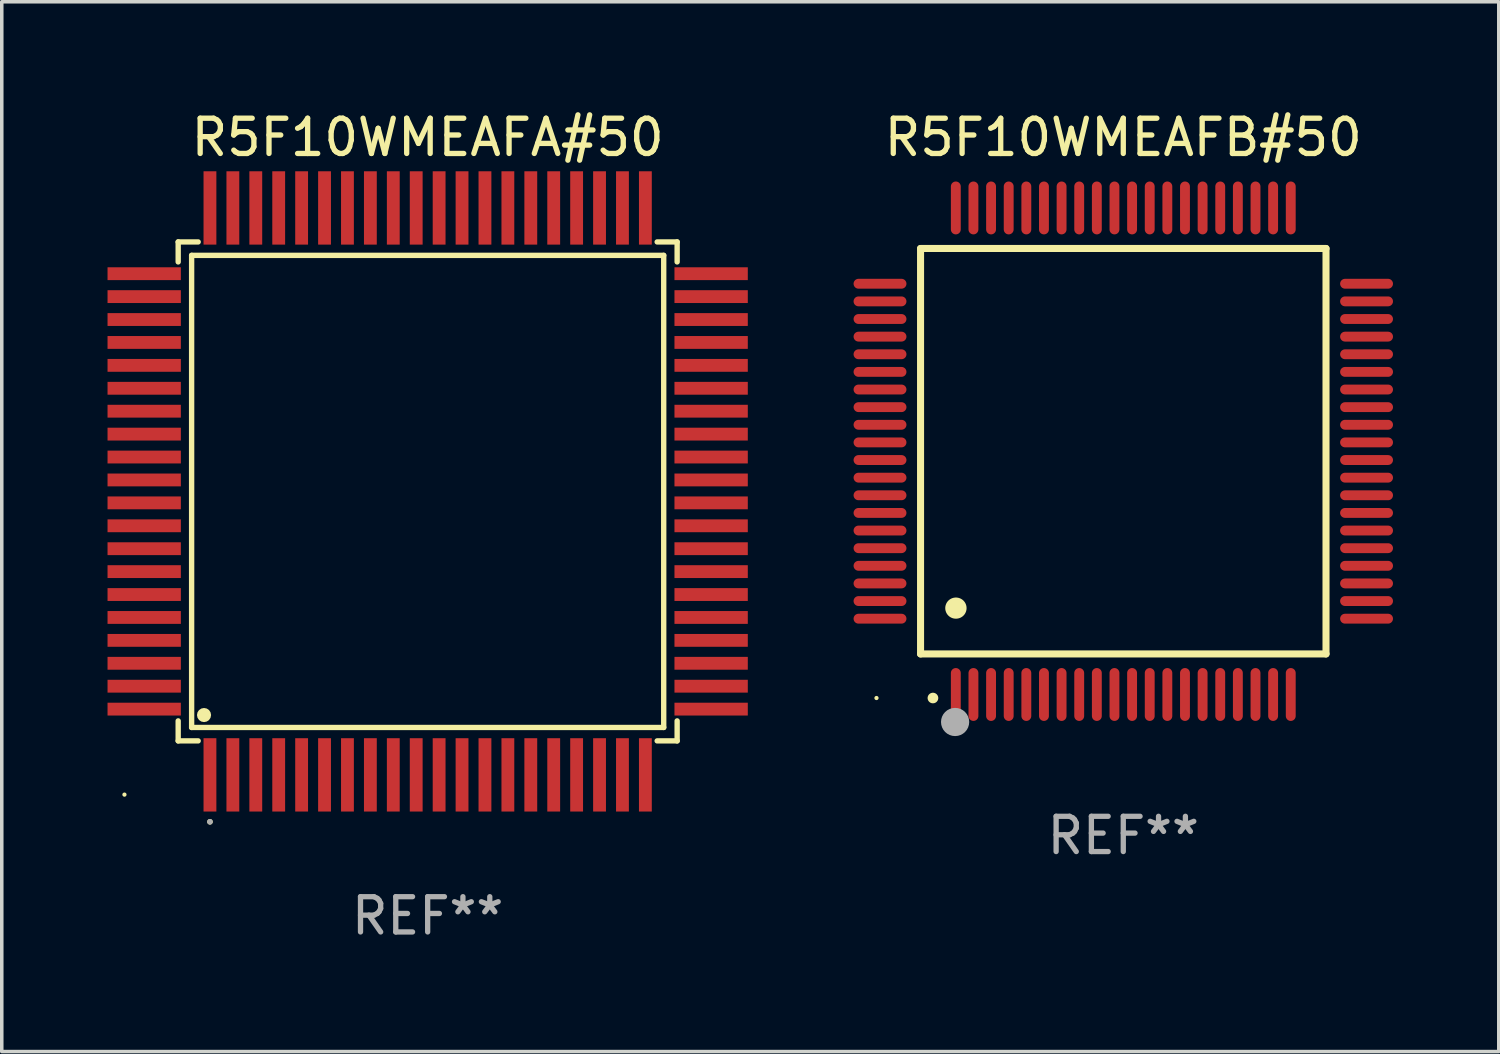
<source format=kicad_pcb>
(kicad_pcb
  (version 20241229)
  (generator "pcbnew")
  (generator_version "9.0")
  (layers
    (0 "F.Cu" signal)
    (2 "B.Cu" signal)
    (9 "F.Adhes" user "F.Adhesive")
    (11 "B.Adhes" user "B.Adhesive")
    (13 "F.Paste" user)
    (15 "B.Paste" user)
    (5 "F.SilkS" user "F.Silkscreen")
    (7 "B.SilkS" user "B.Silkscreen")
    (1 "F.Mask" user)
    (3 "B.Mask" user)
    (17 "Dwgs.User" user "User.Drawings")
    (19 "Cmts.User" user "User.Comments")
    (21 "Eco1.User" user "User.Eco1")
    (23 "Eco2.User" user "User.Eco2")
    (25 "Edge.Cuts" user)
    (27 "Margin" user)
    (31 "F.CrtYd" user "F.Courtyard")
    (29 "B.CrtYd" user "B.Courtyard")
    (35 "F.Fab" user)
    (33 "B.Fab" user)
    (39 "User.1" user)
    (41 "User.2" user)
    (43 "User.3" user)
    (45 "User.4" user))
  (footprint "R5F10WMEAFA#50"
    (layer "F.Cu")
    (at 9.08 10.888)
    (property "Reference" "R5F10WMEAFA#50" (at 0 -10.04 0) (layer "F.SilkS") (effects (font (size 1 1) (thickness 0.15))))
    (attr through_hole)
    (fp_line (start -7.076 -7.076) (end -7.076 -6.509) (stroke (width 0.152) (type solid)) (layer "F.SilkS"))
    (fp_line (start -7.076 7.076) (end -7.076 6.509) (stroke (width 0.152) (type solid)) (layer "F.SilkS"))
    (fp_line (start -6.695 -6.695) (end 6.695 -6.695) (stroke (width 0.152) (type solid)) (layer "F.SilkS"))
    (fp_line (start -6.695 6.695) (end -6.695 -6.695) (stroke (width 0.152) (type solid)) (layer "F.SilkS"))
    (fp_line (start -6.509 -7.076) (end -7.076 -7.076) (stroke (width 0.152) (type solid)) (layer "F.SilkS"))
    (fp_line (start -6.509 7.076) (end -7.076 7.076) (stroke (width 0.152) (type solid)) (layer "F.SilkS"))
    (fp_line (start 6.509 -7.076) (end 7.076 -7.076) (stroke (width 0.152) (type solid)) (layer "F.SilkS"))
    (fp_line (start 6.509 7.076) (end 7.076 7.076) (stroke (width 0.152) (type solid)) (layer "F.SilkS"))
    (fp_line (start 6.695 -6.695) (end 6.695 6.695) (stroke (width 0.152) (type solid)) (layer "F.SilkS"))
    (fp_line (start 6.695 6.695) (end -6.695 6.695) (stroke (width 0.152) (type solid)) (layer "F.SilkS"))
    (fp_line (start 7.076 -7.076) (end 7.076 -6.509) (stroke (width 0.152) (type solid)) (layer "F.SilkS"))
    (fp_line (start 7.076 7.076) (end 7.076 6.509) (stroke (width 0.152) (type solid)) (layer "F.SilkS"))
    (fp_circle (center -8.6 8.6) (end -8.57 8.6) (stroke (width 0.06) (type solid)) (fill no) (layer "F.SilkS"))
    (fp_circle (center -6.343 6.343) (end -6.243 6.343) (stroke (width 0.2) (type solid)) (fill no) (layer "F.SilkS"))
    (fp_circle (center -6.175 9.371) (end -6.135 9.371) (stroke (width 0.08) (type solid)) (fill no) (layer "F.SilkS"))
    (fp_circle (center -6.175 9.371) (end -6.135 9.371) (stroke (width 0.08) (type solid)) (fill no) (layer "F.Fab"))
    (fp_text user "REF**" (at 0 12.04 0) (layer "F.Fab") (effects (font (size 1 1) (thickness 0.15))))
    (pad "1" smd rect (at -6.175 8.04) (size 0.364 2.08) (layers "F.Cu" "F.Mask" "F.Paste"))
    (pad "2" smd rect (at -5.525 8.04) (size 0.364 2.08) (layers "F.Cu" "F.Mask" "F.Paste"))
    (pad "3" smd rect (at -4.875 8.04) (size 0.364 2.08) (layers "F.Cu" "F.Mask" "F.Paste"))
    (pad "4" smd rect (at -4.225 8.04) (size 0.364 2.08) (layers "F.Cu" "F.Mask" "F.Paste"))
    (pad "5" smd rect (at -3.575 8.04) (size 0.364 2.08) (layers "F.Cu" "F.Mask" "F.Paste"))
    (pad "6" smd rect (at -2.925 8.04) (size 0.364 2.08) (layers "F.Cu" "F.Mask" "F.Paste"))
    (pad "7" smd rect (at -2.275 8.04) (size 0.364 2.08) (layers "F.Cu" "F.Mask" "F.Paste"))
    (pad "8" smd rect (at -1.625 8.04) (size 0.364 2.08) (layers "F.Cu" "F.Mask" "F.Paste"))
    (pad "9" smd rect (at -0.975 8.04) (size 0.364 2.08) (layers "F.Cu" "F.Mask" "F.Paste"))
    (pad "10" smd rect (at -0.325 8.04) (size 0.364 2.08) (layers "F.Cu" "F.Mask" "F.Paste"))
    (pad "11" smd rect (at 0.325 8.04) (size 0.364 2.08) (layers "F.Cu" "F.Mask" "F.Paste"))
    (pad "12" smd rect (at 0.975 8.04) (size 0.364 2.08) (layers "F.Cu" "F.Mask" "F.Paste"))
    (pad "13" smd rect (at 1.625 8.04) (size 0.364 2.08) (layers "F.Cu" "F.Mask" "F.Paste"))
    (pad "14" smd rect (at 2.275 8.04) (size 0.364 2.08) (layers "F.Cu" "F.Mask" "F.Paste"))
    (pad "15" smd rect (at 2.925 8.04) (size 0.364 2.08) (layers "F.Cu" "F.Mask" "F.Paste"))
    (pad "16" smd rect (at 3.575 8.04) (size 0.364 2.08) (layers "F.Cu" "F.Mask" "F.Paste"))
    (pad "17" smd rect (at 4.225 8.04) (size 0.364 2.08) (layers "F.Cu" "F.Mask" "F.Paste"))
    (pad "18" smd rect (at 4.875 8.04) (size 0.364 2.08) (layers "F.Cu" "F.Mask" "F.Paste"))
    (pad "19" smd rect (at 5.525 8.04) (size 0.364 2.08) (layers "F.Cu" "F.Mask" "F.Paste"))
    (pad "20" smd rect (at 6.175 8.04) (size 0.364 2.08) (layers "F.Cu" "F.Mask" "F.Paste"))
    (pad "21" smd rect (at 8.04 6.175) (size 2.08 0.364) (layers "F.Cu" "F.Mask" "F.Paste"))
    (pad "22" smd rect (at 8.04 5.525) (size 2.08 0.364) (layers "F.Cu" "F.Mask" "F.Paste"))
    (pad "23" smd rect (at 8.04 4.875) (size 2.08 0.364) (layers "F.Cu" "F.Mask" "F.Paste"))
    (pad "24" smd rect (at 8.04 4.225) (size 2.08 0.364) (layers "F.Cu" "F.Mask" "F.Paste"))
    (pad "25" smd rect (at 8.04 3.575) (size 2.08 0.364) (layers "F.Cu" "F.Mask" "F.Paste"))
    (pad "26" smd rect (at 8.04 2.925) (size 2.08 0.364) (layers "F.Cu" "F.Mask" "F.Paste"))
    (pad "27" smd rect (at 8.04 2.275) (size 2.08 0.364) (layers "F.Cu" "F.Mask" "F.Paste"))
    (pad "28" smd rect (at 8.04 1.625) (size 2.08 0.364) (layers "F.Cu" "F.Mask" "F.Paste"))
    (pad "29" smd rect (at 8.04 0.975) (size 2.08 0.364) (layers "F.Cu" "F.Mask" "F.Paste"))
    (pad "30" smd rect (at 8.04 0.325) (size 2.08 0.364) (layers "F.Cu" "F.Mask" "F.Paste"))
    (pad "31" smd rect (at 8.04 -0.325) (size 2.08 0.364) (layers "F.Cu" "F.Mask" "F.Paste"))
    (pad "32" smd rect (at 8.04 -0.975) (size 2.08 0.364) (layers "F.Cu" "F.Mask" "F.Paste"))
    (pad "33" smd rect (at 8.04 -1.625) (size 2.08 0.364) (layers "F.Cu" "F.Mask" "F.Paste"))
    (pad "34" smd rect (at 8.04 -2.275) (size 2.08 0.364) (layers "F.Cu" "F.Mask" "F.Paste"))
    (pad "35" smd rect (at 8.04 -2.925) (size 2.08 0.364) (layers "F.Cu" "F.Mask" "F.Paste"))
    (pad "36" smd rect (at 8.04 -3.575) (size 2.08 0.364) (layers "F.Cu" "F.Mask" "F.Paste"))
    (pad "37" smd rect (at 8.04 -4.225) (size 2.08 0.364) (layers "F.Cu" "F.Mask" "F.Paste"))
    (pad "38" smd rect (at 8.04 -4.875) (size 2.08 0.364) (layers "F.Cu" "F.Mask" "F.Paste"))
    (pad "39" smd rect (at 8.04 -5.525) (size 2.08 0.364) (layers "F.Cu" "F.Mask" "F.Paste"))
    (pad "40" smd rect (at 8.04 -6.175) (size 2.08 0.364) (layers "F.Cu" "F.Mask" "F.Paste"))
    (pad "41" smd rect (at 6.175 -8.04) (size 0.364 2.08) (layers "F.Cu" "F.Mask" "F.Paste"))
    (pad "42" smd rect (at 5.525 -8.04) (size 0.364 2.08) (layers "F.Cu" "F.Mask" "F.Paste"))
    (pad "43" smd rect (at 4.875 -8.04) (size 0.364 2.08) (layers "F.Cu" "F.Mask" "F.Paste"))
    (pad "44" smd rect (at 4.225 -8.04) (size 0.364 2.08) (layers "F.Cu" "F.Mask" "F.Paste"))
    (pad "45" smd rect (at 3.575 -8.04) (size 0.364 2.08) (layers "F.Cu" "F.Mask" "F.Paste"))
    (pad "46" smd rect (at 2.925 -8.04) (size 0.364 2.08) (layers "F.Cu" "F.Mask" "F.Paste"))
    (pad "47" smd rect (at 2.275 -8.04) (size 0.364 2.08) (layers "F.Cu" "F.Mask" "F.Paste"))
    (pad "48" smd rect (at 1.625 -8.04) (size 0.364 2.08) (layers "F.Cu" "F.Mask" "F.Paste"))
    (pad "49" smd rect (at 0.975 -8.04) (size 0.364 2.08) (layers "F.Cu" "F.Mask" "F.Paste"))
    (pad "50" smd rect (at 0.325 -8.04) (size 0.364 2.08) (layers "F.Cu" "F.Mask" "F.Paste"))
    (pad "51" smd rect (at -0.325 -8.04) (size 0.364 2.08) (layers "F.Cu" "F.Mask" "F.Paste"))
    (pad "52" smd rect (at -0.975 -8.04) (size 0.364 2.08) (layers "F.Cu" "F.Mask" "F.Paste"))
    (pad "53" smd rect (at -1.625 -8.04) (size 0.364 2.08) (layers "F.Cu" "F.Mask" "F.Paste"))
    (pad "54" smd rect (at -2.275 -8.04) (size 0.364 2.08) (layers "F.Cu" "F.Mask" "F.Paste"))
    (pad "55" smd rect (at -2.925 -8.04) (size 0.364 2.08) (layers "F.Cu" "F.Mask" "F.Paste"))
    (pad "56" smd rect (at -3.575 -8.04) (size 0.364 2.08) (layers "F.Cu" "F.Mask" "F.Paste"))
    (pad "57" smd rect (at -4.225 -8.04) (size 0.364 2.08) (layers "F.Cu" "F.Mask" "F.Paste"))
    (pad "58" smd rect (at -4.875 -8.04) (size 0.364 2.08) (layers "F.Cu" "F.Mask" "F.Paste"))
    (pad "59" smd rect (at -5.525 -8.04) (size 0.364 2.08) (layers "F.Cu" "F.Mask" "F.Paste"))
    (pad "60" smd rect (at -6.175 -8.04) (size 0.364 2.08) (layers "F.Cu" "F.Mask" "F.Paste"))
    (pad "61" smd rect (at -8.04 -6.175) (size 2.08 0.364) (layers "F.Cu" "F.Mask" "F.Paste"))
    (pad "62" smd rect (at -8.04 -5.525) (size 2.08 0.364) (layers "F.Cu" "F.Mask" "F.Paste"))
    (pad "63" smd rect (at -8.04 -4.875) (size 2.08 0.364) (layers "F.Cu" "F.Mask" "F.Paste"))
    (pad "64" smd rect (at -8.04 -4.225) (size 2.08 0.364) (layers "F.Cu" "F.Mask" "F.Paste"))
    (pad "65" smd rect (at -8.04 -3.575) (size 2.08 0.364) (layers "F.Cu" "F.Mask" "F.Paste"))
    (pad "66" smd rect (at -8.04 -2.925) (size 2.08 0.364) (layers "F.Cu" "F.Mask" "F.Paste"))
    (pad "67" smd rect (at -8.04 -2.275) (size 2.08 0.364) (layers "F.Cu" "F.Mask" "F.Paste"))
    (pad "68" smd rect (at -8.04 -1.625) (size 2.08 0.364) (layers "F.Cu" "F.Mask" "F.Paste"))
    (pad "69" smd rect (at -8.04 -0.975) (size 2.08 0.364) (layers "F.Cu" "F.Mask" "F.Paste"))
    (pad "70" smd rect (at -8.04 -0.325) (size 2.08 0.364) (layers "F.Cu" "F.Mask" "F.Paste"))
    (pad "71" smd rect (at -8.04 0.325) (size 2.08 0.364) (layers "F.Cu" "F.Mask" "F.Paste"))
    (pad "72" smd rect (at -8.04 0.975) (size 2.08 0.364) (layers "F.Cu" "F.Mask" "F.Paste"))
    (pad "73" smd rect (at -8.04 1.625) (size 2.08 0.364) (layers "F.Cu" "F.Mask" "F.Paste"))
    (pad "74" smd rect (at -8.04 2.275) (size 2.08 0.364) (layers "F.Cu" "F.Mask" "F.Paste"))
    (pad "75" smd rect (at -8.04 2.925) (size 2.08 0.364) (layers "F.Cu" "F.Mask" "F.Paste"))
    (pad "76" smd rect (at -8.04 3.575) (size 2.08 0.364) (layers "F.Cu" "F.Mask" "F.Paste"))
    (pad "77" smd rect (at -8.04 4.225) (size 2.08 0.364) (layers "F.Cu" "F.Mask" "F.Paste"))
    (pad "78" smd rect (at -8.04 4.875) (size 2.08 0.364) (layers "F.Cu" "F.Mask" "F.Paste"))
    (pad "79" smd rect (at -8.04 5.525) (size 2.08 0.364) (layers "F.Cu" "F.Mask" "F.Paste"))
    (pad "80" smd rect (at -8.04 6.175) (size 2.08 0.364) (layers "F.Cu" "F.Mask" "F.Paste")))
  (footprint "R5F10WMEAFB#50"
    (layer "F.Cu")
    (at 28.81 9.748)
    (property "Reference" "R5F10WMEAFB#50" (at 0 -8.9 0) (layer "F.SilkS") (effects (font (size 1 1) (thickness 0.15))))
    (attr through_hole)
    (fp_line (start -5.75 -5.75) (end 5.75 -5.75) (stroke (width 0.2) (type solid)) (layer "F.SilkS"))
    (fp_line (start -5.75 5.75) (end -5.75 -5.75) (stroke (width 0.2) (type solid)) (layer "F.SilkS"))
    (fp_line (start 5.75 -5.75) (end 5.75 5.75) (stroke (width 0.2) (type solid)) (layer "F.SilkS"))
    (fp_line (start 5.75 5.75) (end -5.75 5.75) (stroke (width 0.2) (type solid)) (layer "F.SilkS"))
    (fp_arc (start -5.400051 7.000254) (mid -5.398781 7.000249) (end -5.397511 7.000254) (stroke (width 0.3) (type solid)) (layer "F.SilkS"))
    (fp_arc (start -4.749809 4.450089) (mid -4.747269 4.450078) (end -4.744729 4.450089) (stroke (width 0.6) (type solid)) (layer "F.SilkS"))
    (fp_circle (center -7 7) (end -6.97 7) (stroke (width 0.06) (type solid)) (fill no) (layer "F.SilkS"))
    (fp_circle (center -4.77 7.68) (end -4.57 7.68) (stroke (width 0.4) (type solid)) (fill no) (layer "F.Fab"))
    (fp_text user "REF**" (at 0 10.9 0) (layer "F.Fab") (effects (font (size 1 1) (thickness 0.15))))
    (pad "1" smd oval (at -4.75 6.9) (size 0.28 1.5) (layers "F.Cu" "F.Mask" "F.Paste"))
    (pad "2" smd oval (at -4.25 6.9) (size 0.28 1.5) (layers "F.Cu" "F.Mask" "F.Paste"))
    (pad "3" smd oval (at -3.75 6.9) (size 0.28 1.5) (layers "F.Cu" "F.Mask" "F.Paste"))
    (pad "4" smd oval (at -3.25 6.9) (size 0.28 1.5) (layers "F.Cu" "F.Mask" "F.Paste"))
    (pad "5" smd oval (at -2.75 6.9) (size 0.28 1.5) (layers "F.Cu" "F.Mask" "F.Paste"))
    (pad "6" smd oval (at -2.25 6.9) (size 0.28 1.5) (layers "F.Cu" "F.Mask" "F.Paste"))
    (pad "7" smd oval (at -1.75 6.9) (size 0.28 1.5) (layers "F.Cu" "F.Mask" "F.Paste"))
    (pad "8" smd oval (at -1.25 6.9) (size 0.28 1.5) (layers "F.Cu" "F.Mask" "F.Paste"))
    (pad "9" smd oval (at -0.75 6.9) (size 0.28 1.5) (layers "F.Cu" "F.Mask" "F.Paste"))
    (pad "10" smd oval (at -0.25 6.9) (size 0.28 1.5) (layers "F.Cu" "F.Mask" "F.Paste"))
    (pad "11" smd oval (at 0.25 6.9) (size 0.28 1.5) (layers "F.Cu" "F.Mask" "F.Paste"))
    (pad "12" smd oval (at 0.75 6.9) (size 0.28 1.5) (layers "F.Cu" "F.Mask" "F.Paste"))
    (pad "13" smd oval (at 1.25 6.9) (size 0.28 1.5) (layers "F.Cu" "F.Mask" "F.Paste"))
    (pad "14" smd oval (at 1.75 6.9) (size 0.28 1.5) (layers "F.Cu" "F.Mask" "F.Paste"))
    (pad "15" smd oval (at 2.25 6.9) (size 0.28 1.5) (layers "F.Cu" "F.Mask" "F.Paste"))
    (pad "16" smd oval (at 2.75 6.9) (size 0.28 1.5) (layers "F.Cu" "F.Mask" "F.Paste"))
    (pad "17" smd oval (at 3.25 6.9) (size 0.28 1.5) (layers "F.Cu" "F.Mask" "F.Paste"))
    (pad "18" smd oval (at 3.75 6.9) (size 0.28 1.5) (layers "F.Cu" "F.Mask" "F.Paste"))
    (pad "19" smd oval (at 4.25 6.9) (size 0.28 1.5) (layers "F.Cu" "F.Mask" "F.Paste"))
    (pad "20" smd oval (at 4.75 6.9) (size 0.28 1.5) (layers "F.Cu" "F.Mask" "F.Paste"))
    (pad "21" smd oval (at 6.9 4.75) (size 1.5 0.28) (layers "F.Cu" "F.Mask" "F.Paste"))
    (pad "22" smd oval (at 6.9 4.25) (size 1.5 0.28) (layers "F.Cu" "F.Mask" "F.Paste"))
    (pad "23" smd oval (at 6.9 3.75) (size 1.5 0.28) (layers "F.Cu" "F.Mask" "F.Paste"))
    (pad "24" smd oval (at 6.9 3.25) (size 1.5 0.28) (layers "F.Cu" "F.Mask" "F.Paste"))
    (pad "25" smd oval (at 6.9 2.75) (size 1.5 0.28) (layers "F.Cu" "F.Mask" "F.Paste"))
    (pad "26" smd oval (at 6.9 2.25) (size 1.5 0.28) (layers "F.Cu" "F.Mask" "F.Paste"))
    (pad "27" smd oval (at 6.9 1.75) (size 1.5 0.28) (layers "F.Cu" "F.Mask" "F.Paste"))
    (pad "28" smd oval (at 6.9 1.25) (size 1.5 0.28) (layers "F.Cu" "F.Mask" "F.Paste"))
    (pad "29" smd oval (at 6.9 0.75) (size 1.5 0.28) (layers "F.Cu" "F.Mask" "F.Paste"))
    (pad "30" smd oval (at 6.9 0.25) (size 1.5 0.28) (layers "F.Cu" "F.Mask" "F.Paste"))
    (pad "31" smd oval (at 6.9 -0.25) (size 1.5 0.28) (layers "F.Cu" "F.Mask" "F.Paste"))
    (pad "32" smd oval (at 6.9 -0.75) (size 1.5 0.28) (layers "F.Cu" "F.Mask" "F.Paste"))
    (pad "33" smd oval (at 6.9 -1.25) (size 1.5 0.28) (layers "F.Cu" "F.Mask" "F.Paste"))
    (pad "34" smd oval (at 6.9 -1.75) (size 1.5 0.28) (layers "F.Cu" "F.Mask" "F.Paste"))
    (pad "35" smd oval (at 6.9 -2.25) (size 1.5 0.28) (layers "F.Cu" "F.Mask" "F.Paste"))
    (pad "36" smd oval (at 6.9 -2.75) (size 1.5 0.28) (layers "F.Cu" "F.Mask" "F.Paste"))
    (pad "37" smd oval (at 6.9 -3.25) (size 1.5 0.28) (layers "F.Cu" "F.Mask" "F.Paste"))
    (pad "38" smd oval (at 6.9 -3.75) (size 1.5 0.28) (layers "F.Cu" "F.Mask" "F.Paste"))
    (pad "39" smd oval (at 6.9 -4.25) (size 1.5 0.28) (layers "F.Cu" "F.Mask" "F.Paste"))
    (pad "40" smd oval (at 6.9 -4.75) (size 1.5 0.28) (layers "F.Cu" "F.Mask" "F.Paste"))
    (pad "41" smd oval (at 4.75 -6.9) (size 0.28 1.5) (layers "F.Cu" "F.Mask" "F.Paste"))
    (pad "42" smd oval (at 4.25 -6.9) (size 0.28 1.5) (layers "F.Cu" "F.Mask" "F.Paste"))
    (pad "43" smd oval (at 3.75 -6.9) (size 0.28 1.5) (layers "F.Cu" "F.Mask" "F.Paste"))
    (pad "44" smd oval (at 3.25 -6.9) (size 0.28 1.5) (layers "F.Cu" "F.Mask" "F.Paste"))
    (pad "45" smd oval (at 2.75 -6.9) (size 0.28 1.5) (layers "F.Cu" "F.Mask" "F.Paste"))
    (pad "46" smd oval (at 2.25 -6.9) (size 0.28 1.5) (layers "F.Cu" "F.Mask" "F.Paste"))
    (pad "47" smd oval (at 1.75 -6.9) (size 0.28 1.5) (layers "F.Cu" "F.Mask" "F.Paste"))
    (pad "48" smd oval (at 1.25 -6.9) (size 0.28 1.5) (layers "F.Cu" "F.Mask" "F.Paste"))
    (pad "49" smd oval (at 0.75 -6.9) (size 0.28 1.5) (layers "F.Cu" "F.Mask" "F.Paste"))
    (pad "50" smd oval (at 0.25 -6.9) (size 0.28 1.5) (layers "F.Cu" "F.Mask" "F.Paste"))
    (pad "51" smd oval (at -0.25 -6.9) (size 0.28 1.5) (layers "F.Cu" "F.Mask" "F.Paste"))
    (pad "52" smd oval (at -0.75 -6.9) (size 0.28 1.5) (layers "F.Cu" "F.Mask" "F.Paste"))
    (pad "53" smd oval (at -1.25 -6.9) (size 0.28 1.5) (layers "F.Cu" "F.Mask" "F.Paste"))
    (pad "54" smd oval (at -1.75 -6.9) (size 0.28 1.5) (layers "F.Cu" "F.Mask" "F.Paste"))
    (pad "55" smd oval (at -2.25 -6.9) (size 0.28 1.5) (layers "F.Cu" "F.Mask" "F.Paste"))
    (pad "56" smd oval (at -2.75 -6.9) (size 0.28 1.5) (layers "F.Cu" "F.Mask" "F.Paste"))
    (pad "57" smd oval (at -3.25 -6.9) (size 0.28 1.5) (layers "F.Cu" "F.Mask" "F.Paste"))
    (pad "58" smd oval (at -3.75 -6.9) (size 0.28 1.5) (layers "F.Cu" "F.Mask" "F.Paste"))
    (pad "59" smd oval (at -4.25 -6.9) (size 0.28 1.5) (layers "F.Cu" "F.Mask" "F.Paste"))
    (pad "60" smd oval (at -4.75 -6.9) (size 0.28 1.5) (layers "F.Cu" "F.Mask" "F.Paste"))
    (pad "61" smd oval (at -6.9 -4.75) (size 1.5 0.28) (layers "F.Cu" "F.Mask" "F.Paste"))
    (pad "62" smd oval (at -6.9 -4.25) (size 1.5 0.28) (layers "F.Cu" "F.Mask" "F.Paste"))
    (pad "63" smd oval (at -6.9 -3.75) (size 1.5 0.28) (layers "F.Cu" "F.Mask" "F.Paste"))
    (pad "64" smd oval (at -6.9 -3.25) (size 1.5 0.28) (layers "F.Cu" "F.Mask" "F.Paste"))
    (pad "65" smd oval (at -6.9 -2.75) (size 1.5 0.28) (layers "F.Cu" "F.Mask" "F.Paste"))
    (pad "66" smd oval (at -6.9 -2.25) (size 1.5 0.28) (layers "F.Cu" "F.Mask" "F.Paste"))
    (pad "67" smd oval (at -6.9 -1.75) (size 1.5 0.28) (layers "F.Cu" "F.Mask" "F.Paste"))
    (pad "68" smd oval (at -6.9 -1.25) (size 1.5 0.28) (layers "F.Cu" "F.Mask" "F.Paste"))
    (pad "69" smd oval (at -6.9 -0.75) (size 1.5 0.28) (layers "F.Cu" "F.Mask" "F.Paste"))
    (pad "70" smd oval (at -6.9 -0.25) (size 1.5 0.28) (layers "F.Cu" "F.Mask" "F.Paste"))
    (pad "71" smd oval (at -6.9 0.25) (size 1.5 0.28) (layers "F.Cu" "F.Mask" "F.Paste"))
    (pad "72" smd oval (at -6.9 0.75) (size 1.5 0.28) (layers "F.Cu" "F.Mask" "F.Paste"))
    (pad "73" smd oval (at -6.9 1.25) (size 1.5 0.28) (layers "F.Cu" "F.Mask" "F.Paste"))
    (pad "74" smd oval (at -6.9 1.75) (size 1.5 0.28) (layers "F.Cu" "F.Mask" "F.Paste"))
    (pad "75" smd oval (at -6.9 2.25) (size 1.5 0.28) (layers "F.Cu" "F.Mask" "F.Paste"))
    (pad "76" smd oval (at -6.9 2.75) (size 1.5 0.28) (layers "F.Cu" "F.Mask" "F.Paste"))
    (pad "77" smd oval (at -6.9 3.25) (size 1.5 0.28) (layers "F.Cu" "F.Mask" "F.Paste"))
    (pad "78" smd oval (at -6.9 3.75) (size 1.5 0.28) (layers "F.Cu" "F.Mask" "F.Paste"))
    (pad "79" smd oval (at -6.9 4.25) (size 1.5 0.28) (layers "F.Cu" "F.Mask" "F.Paste"))
    (pad "80" smd oval (at -6.9 4.75) (size 1.5 0.28) (layers "F.Cu" "F.Mask" "F.Paste")))
  (gr_rect
    (start -3 -3)
    (end 39.46 26.776)
    (stroke (width 0.1) (type default))
    (fill no)
    (layer "Edge.Cuts")))
</source>
